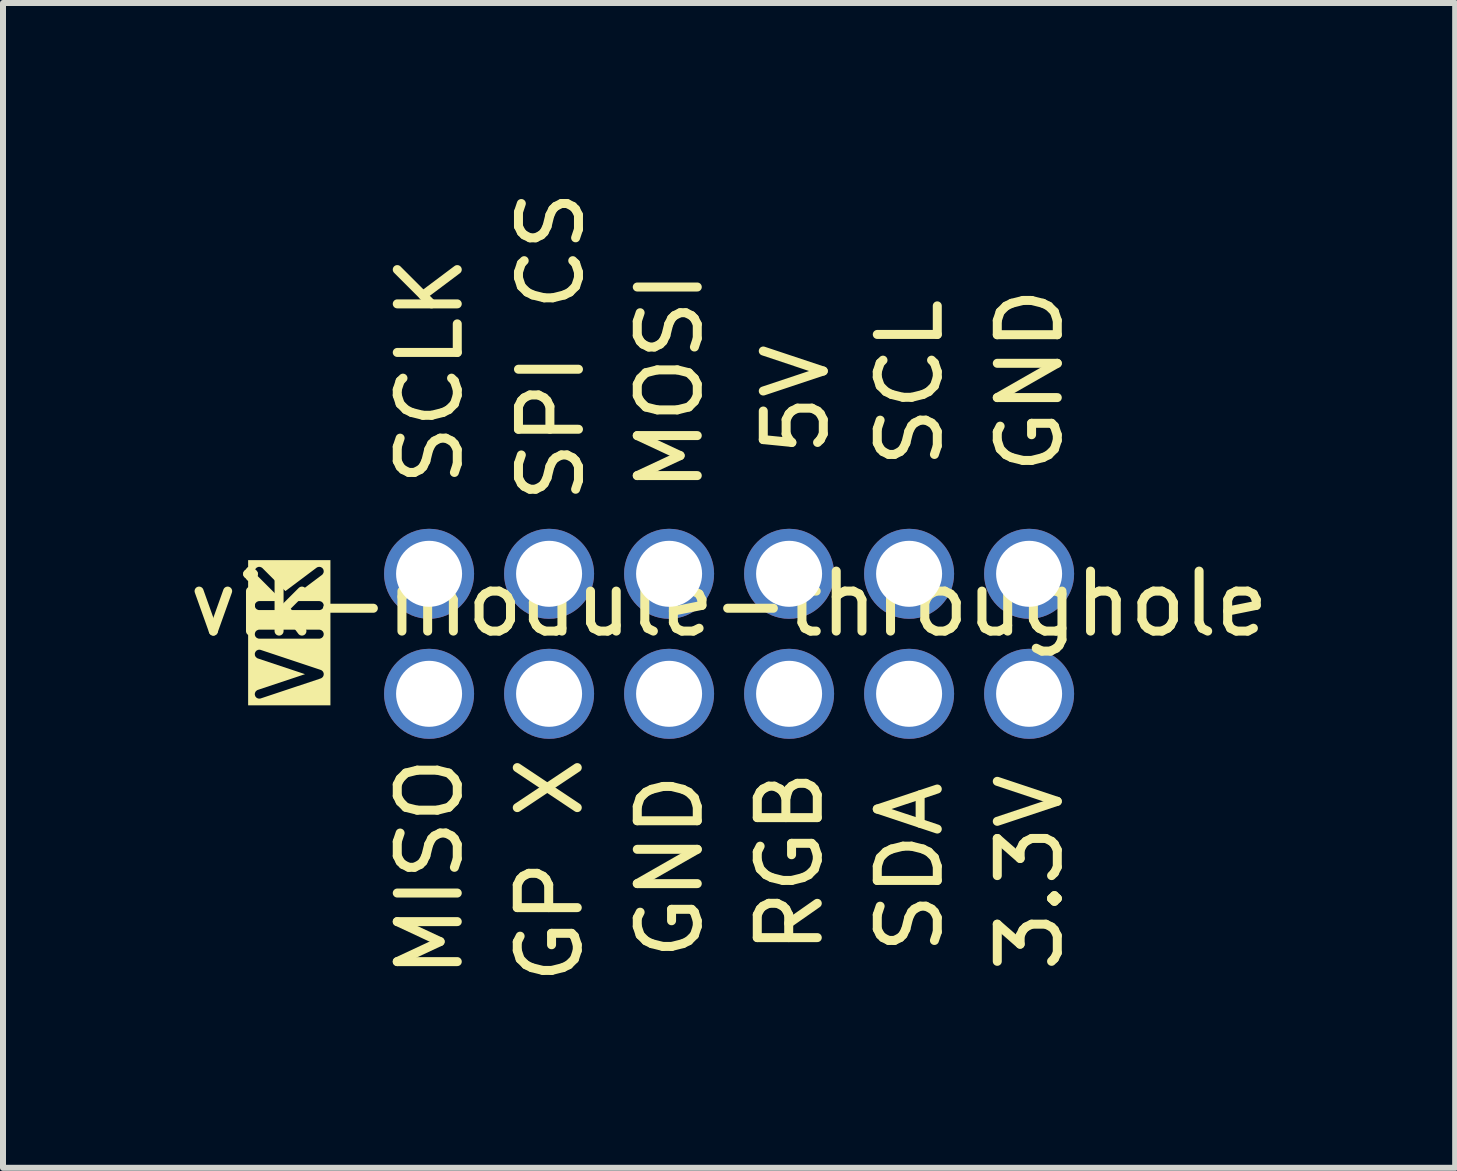
<source format=kicad_pcb>
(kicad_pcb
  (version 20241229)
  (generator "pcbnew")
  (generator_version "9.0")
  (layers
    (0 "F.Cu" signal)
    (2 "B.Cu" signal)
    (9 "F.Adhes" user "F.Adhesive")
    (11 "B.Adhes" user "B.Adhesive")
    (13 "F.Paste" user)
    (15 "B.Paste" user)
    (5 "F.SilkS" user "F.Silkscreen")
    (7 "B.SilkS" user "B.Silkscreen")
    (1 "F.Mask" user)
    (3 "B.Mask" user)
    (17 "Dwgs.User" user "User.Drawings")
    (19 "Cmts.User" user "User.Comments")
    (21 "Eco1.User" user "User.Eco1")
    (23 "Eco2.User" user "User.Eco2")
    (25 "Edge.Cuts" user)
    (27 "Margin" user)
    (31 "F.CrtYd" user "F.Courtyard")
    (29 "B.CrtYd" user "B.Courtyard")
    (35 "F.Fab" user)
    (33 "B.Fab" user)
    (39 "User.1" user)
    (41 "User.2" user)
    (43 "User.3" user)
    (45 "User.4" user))
  (footprint "vik-module-throughole"
    (layer "F.Cu")
    (at 9.101 7.513)
    (property "Reference" "vik-module-throughole" (at 0 -0.5 0) (unlocked yes) (layer "F.SilkS") (effects (font (size 1 1) (thickness 0.15))))
    (attr smd)
    (fp_text user "GND" (at 5.6 -2.6 90) (unlocked yes) (layer "F.SilkS") (effects (font (size 1 1) (thickness 0.15)) (justify left bottom)))
    (fp_text user "SDA" (at 3.6 5.4 90) (unlocked yes) (layer "F.SilkS") (effects (font (size 1 1) (thickness 0.15)) (justify left bottom)))
    (fp_text user "RGB" (at 1.6 5.4 90) (unlocked yes) (layer "F.SilkS") (effects (font (size 1 1) (thickness 0.15)) (justify left bottom)))
    (fp_text user "VIK" (at -6.7 1.2 90) (unlocked yes) (layer "F.SilkS" knockout) (effects (font (size 1 1) (thickness 0.15)) (justify left bottom)))
    (fp_text user "MISO" (at -4.4 5.8 90) (unlocked yes) (layer "F.SilkS") (effects (font (size 1 1) (thickness 0.15)) (justify left bottom)))
    (fp_text user "GP X" (at -2.4 5.9 90) (unlocked yes) (layer "F.SilkS") (effects (font (size 1 1) (thickness 0.15)) (justify left bottom)))
    (fp_text user "SPI CS" (at -2.38 -2.12 90) (unlocked yes) (layer "F.SilkS") (effects (font (size 1 1) (thickness 0.15)) (justify left bottom)))
    (fp_text user "5V" (at 1.7 -2.9 90) (unlocked yes) (layer "F.SilkS") (effects (font (size 1 1) (thickness 0.15)) (justify left bottom)))
    (fp_text user "3.3V" (at 5.6 5.7 90) (unlocked yes) (layer "F.SilkS") (effects (font (size 1 1) (thickness 0.15)) (justify left bottom)))
    (fp_text user "GND" (at -0.4 5.5 90) (unlocked yes) (layer "F.SilkS") (effects (font (size 1 1) (thickness 0.15)) (justify left bottom)))
    (fp_text user "SCL" (at 3.6 -2.7 90) (unlocked yes) (layer "F.SilkS") (effects (font (size 1 1) (thickness 0.15)) (justify left bottom)))
    (fp_text user "MOSI" (at -0.4 -2.3 90) (unlocked yes) (layer "F.SilkS") (effects (font (size 1 1) (thickness 0.15)) (justify left bottom)))
    (fp_text user "SCLK" (at -4.4 -2.4 90) (unlocked yes) (layer "F.SilkS") (effects (font (size 1 1) (thickness 0.15)) (justify left bottom)))
    (pad "1" thru_hole circle (at 5 1) (size 1.5 1.5) (drill 1.1) (layers "*.Cu" "*.Mask"))
    (pad "2" thru_hole circle (at 5 -1) (size 1.5 1.5) (drill 1.1) (layers "*.Cu" "*.Mask"))
    (pad "3" thru_hole circle (at 3 1) (size 1.5 1.5) (drill 1.1) (layers "*.Cu" "*.Mask"))
    (pad "4" thru_hole circle (at 3 -1) (size 1.5 1.5) (drill 1.1) (layers "*.Cu" "*.Mask"))
    (pad "5" thru_hole circle (at 1 1) (size 1.5 1.5) (drill 1.1) (layers "*.Cu" "*.Mask"))
    (pad "6" thru_hole circle (at 1 -1) (size 1.5 1.5) (drill 1.1) (layers "*.Cu" "*.Mask"))
    (pad "7" thru_hole circle (at -1 1) (size 1.5 1.5) (drill 1.1) (layers "*.Cu" "*.Mask"))
    (pad "8" thru_hole circle (at -1 -1) (size 1.5 1.5) (drill 1.1) (layers "*.Cu" "*.Mask"))
    (pad "9" thru_hole circle (at -3 1) (size 1.5 1.5) (drill 1.1) (layers "*.Cu" "*.Mask"))
    (pad "10" thru_hole circle (at -3 -1) (size 1.5 1.5) (drill 1.1) (layers "*.Cu" "*.Mask"))
    (pad "11" thru_hole circle (at -5 1) (size 1.5 1.5) (drill 1.1) (layers "*.Cu" "*.Mask"))
    (pad "12" thru_hole circle (at -5 -1) (size 1.5 1.5) (drill 1.1) (layers "*.Cu" "*.Mask")))
  (gr_rect
    (start -3 -3)
    (end 21.202 16.413)
    (stroke (width 0.1) (type default))
    (fill no)
    (layer "Edge.Cuts")))
</source>
